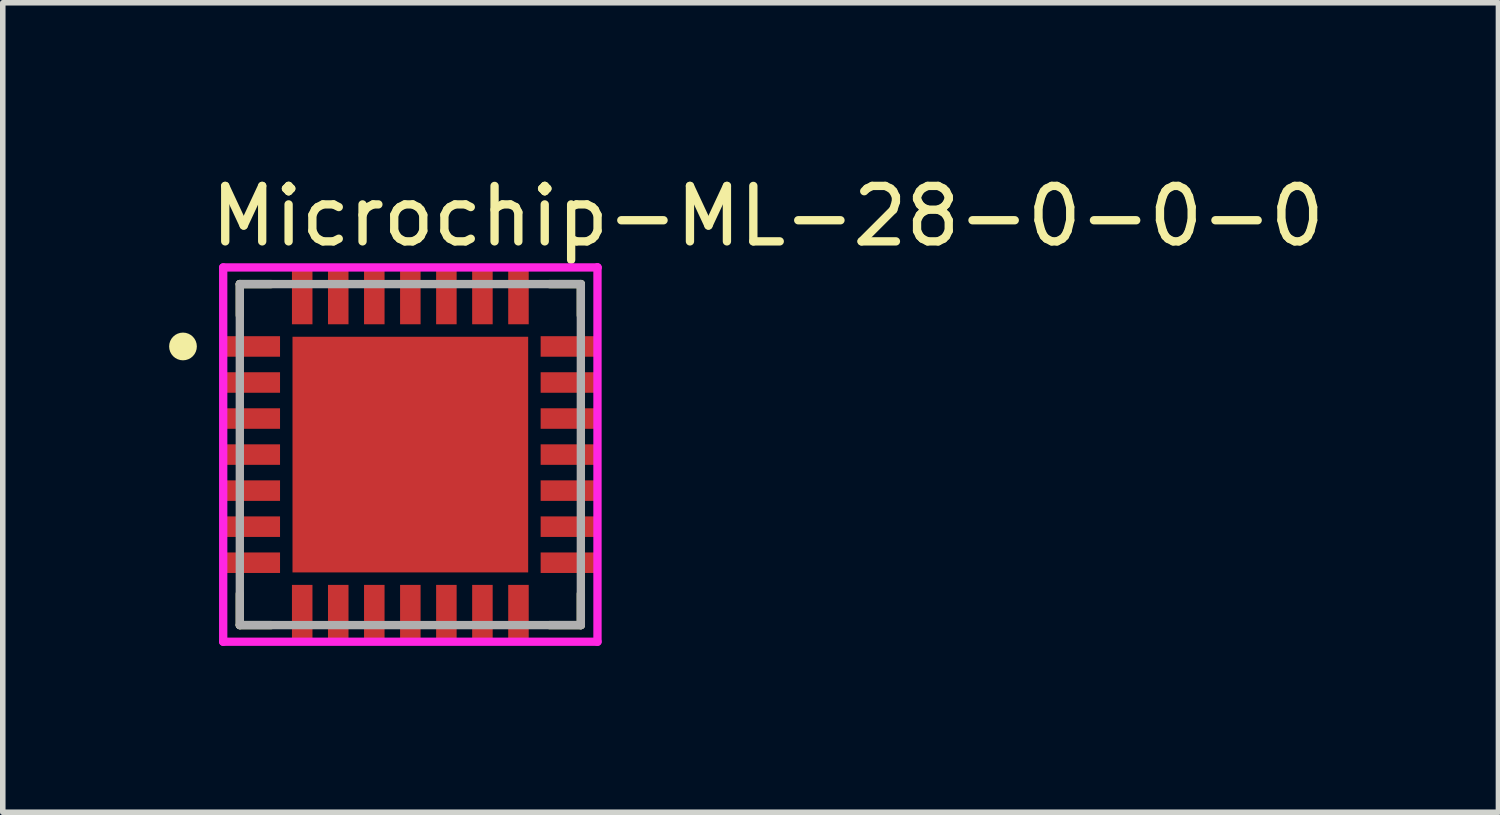
<source format=kicad_pcb>
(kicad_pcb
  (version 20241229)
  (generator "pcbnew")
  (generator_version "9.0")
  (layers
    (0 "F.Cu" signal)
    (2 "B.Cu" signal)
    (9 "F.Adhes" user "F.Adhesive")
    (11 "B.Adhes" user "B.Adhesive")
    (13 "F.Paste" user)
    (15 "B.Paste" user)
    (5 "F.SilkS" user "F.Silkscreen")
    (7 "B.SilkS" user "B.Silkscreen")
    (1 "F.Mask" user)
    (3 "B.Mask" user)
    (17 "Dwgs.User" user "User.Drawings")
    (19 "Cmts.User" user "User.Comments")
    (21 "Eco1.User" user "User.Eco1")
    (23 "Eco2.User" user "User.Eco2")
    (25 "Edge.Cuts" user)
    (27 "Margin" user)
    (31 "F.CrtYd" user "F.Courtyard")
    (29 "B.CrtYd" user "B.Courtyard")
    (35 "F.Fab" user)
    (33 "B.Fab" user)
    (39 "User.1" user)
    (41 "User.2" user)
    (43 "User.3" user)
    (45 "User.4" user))
  (footprint "Microchip-ML-28-0-0-0"
    (layer "F.Cu")
    (at 4.35 5.148)
    (property "Reference" "Microchip-ML-28-0-0-0" (at -3.675 -4.3 0) (layer "F.SilkS") (effects (font (size 1 1) (thickness 0.15)) (justify left)))
    (attr through_hole)
    (fp_line (start -3.075 -3.075) (end -2.51 -3.075) (stroke (width 0.15) (type solid)) (layer "F.SilkS"))
    (fp_line (start -3.075 -2.51) (end -3.075 -3.075) (stroke (width 0.15) (type solid)) (layer "F.SilkS"))
    (fp_line (start -3.075 3.075) (end -3.075 2.51) (stroke (width 0.15) (type solid)) (layer "F.SilkS"))
    (fp_line (start -3.075 3.075) (end -2.51 3.075) (stroke (width 0.15) (type solid)) (layer "F.SilkS"))
    (fp_line (start 2.51 -3.075) (end 3.075 -3.075) (stroke (width 0.15) (type solid)) (layer "F.SilkS"))
    (fp_line (start 2.51 3.075) (end 3.075 3.075) (stroke (width 0.15) (type solid)) (layer "F.SilkS"))
    (fp_line (start 3.075 -2.51) (end 3.075 -3.075) (stroke (width 0.15) (type solid)) (layer "F.SilkS"))
    (fp_line (start 3.075 3.075) (end 3.075 2.51) (stroke (width 0.15) (type solid)) (layer "F.SilkS"))
    (fp_circle (center -4.1 -1.95) (end -3.975 -1.95) (stroke (width 0.25) (type solid)) (fill no) (layer "F.SilkS"))
    (fp_line (start -3.375 -3.375) (end -3.375 3.375) (stroke (width 0.15) (type solid)) (layer "F.CrtYd"))
    (fp_line (start -3.375 3.375) (end 3.375 3.375) (stroke (width 0.15) (type solid)) (layer "F.CrtYd"))
    (fp_line (start 3.375 -3.375) (end -3.375 -3.375) (stroke (width 0.15) (type solid)) (layer "F.CrtYd"))
    (fp_line (start 3.375 -3.375) (end 3.375 -3.375) (stroke (width 0.15) (type solid)) (layer "F.CrtYd"))
    (fp_line (start 3.375 3.375) (end 3.375 -3.375) (stroke (width 0.15) (type solid)) (layer "F.CrtYd"))
    (fp_line (start -3.075 -3.075) (end 3.075 -3.075) (stroke (width 0.15) (type solid)) (layer "F.Fab"))
    (fp_line (start -3.075 3.075) (end -3.075 -3.075) (stroke (width 0.15) (type solid)) (layer "F.Fab"))
    (fp_line (start 3.075 -3.075) (end 3.075 3.075) (stroke (width 0.15) (type solid)) (layer "F.Fab"))
    (fp_line (start 3.075 3.075) (end -3.075 3.075) (stroke (width 0.15) (type solid)) (layer "F.Fab"))
    (pad "1" smd rect (at -2.85 -1.95) (size 1 0.37) (layers "F.Cu" "F.Mask" "F.Paste"))
    (pad "2" smd rect (at -2.85 -1.3) (size 1 0.37) (layers "F.Cu" "F.Mask" "F.Paste"))
    (pad "3" smd rect (at -2.85 -0.65) (size 1 0.37) (layers "F.Cu" "F.Mask" "F.Paste"))
    (pad "4" smd rect (at -2.85 0) (size 1 0.37) (layers "F.Cu" "F.Mask" "F.Paste"))
    (pad "5" smd rect (at -2.85 0.65) (size 1 0.37) (layers "F.Cu" "F.Mask" "F.Paste"))
    (pad "6" smd rect (at -2.85 1.3) (size 1 0.37) (layers "F.Cu" "F.Mask" "F.Paste"))
    (pad "7" smd rect (at -2.85 1.95) (size 1 0.37) (layers "F.Cu" "F.Mask" "F.Paste"))
    (pad "8" smd rect (at -1.95 2.85) (size 0.37 1) (layers "F.Cu" "F.Mask" "F.Paste"))
    (pad "9" smd rect (at -1.3 2.85) (size 0.37 1) (layers "F.Cu" "F.Mask" "F.Paste"))
    (pad "10" smd rect (at -0.65 2.85) (size 0.37 1) (layers "F.Cu" "F.Mask" "F.Paste"))
    (pad "11" smd rect (at 0 2.85) (size 0.37 1) (layers "F.Cu" "F.Mask" "F.Paste"))
    (pad "12" smd rect (at 0.65 2.85) (size 0.37 1) (layers "F.Cu" "F.Mask" "F.Paste"))
    (pad "13" smd rect (at 1.3 2.85) (size 0.37 1) (layers "F.Cu" "F.Mask" "F.Paste"))
    (pad "14" smd rect (at 1.95 2.85) (size 0.37 1) (layers "F.Cu" "F.Mask" "F.Paste"))
    (pad "15" smd rect (at 2.85 1.95) (size 1 0.37) (layers "F.Cu" "F.Mask" "F.Paste"))
    (pad "16" smd rect (at 2.85 1.3) (size 1 0.37) (layers "F.Cu" "F.Mask" "F.Paste"))
    (pad "17" smd rect (at 2.85 0.65) (size 1 0.37) (layers "F.Cu" "F.Mask" "F.Paste"))
    (pad "18" smd rect (at 2.85 0) (size 1 0.37) (layers "F.Cu" "F.Mask" "F.Paste"))
    (pad "19" smd rect (at 2.85 -0.65) (size 1 0.37) (layers "F.Cu" "F.Mask" "F.Paste"))
    (pad "20" smd rect (at 2.85 -1.3) (size 1 0.37) (layers "F.Cu" "F.Mask" "F.Paste"))
    (pad "21" smd rect (at 2.85 -1.95) (size 1 0.37) (layers "F.Cu" "F.Mask" "F.Paste"))
    (pad "22" smd rect (at 1.95 -2.85) (size 0.37 1) (layers "F.Cu" "F.Mask" "F.Paste"))
    (pad "23" smd rect (at 1.3 -2.85) (size 0.37 1) (layers "F.Cu" "F.Mask" "F.Paste"))
    (pad "24" smd rect (at 0.65 -2.85) (size 0.37 1) (layers "F.Cu" "F.Mask" "F.Paste"))
    (pad "25" smd rect (at 0 -2.85) (size 0.37 1) (layers "F.Cu" "F.Mask" "F.Paste"))
    (pad "26" smd rect (at -0.65 -2.85) (size 0.37 1) (layers "F.Cu" "F.Mask" "F.Paste"))
    (pad "27" smd rect (at -1.3 -2.85) (size 0.37 1) (layers "F.Cu" "F.Mask" "F.Paste"))
    (pad "28" smd rect (at -1.95 -2.85) (size 0.37 1) (layers "F.Cu" "F.Mask" "F.Paste"))
    (pad "29" smd rect (at 0 0) (size 4.25 4.25) (layers "F.Cu" "F.Mask" "F.Paste")))
  (gr_rect
    (start -3 -3)
    (end 23.973 11.598)
    (stroke (width 0.1) (type default))
    (fill no)
    (layer "Edge.Cuts")))
</source>
